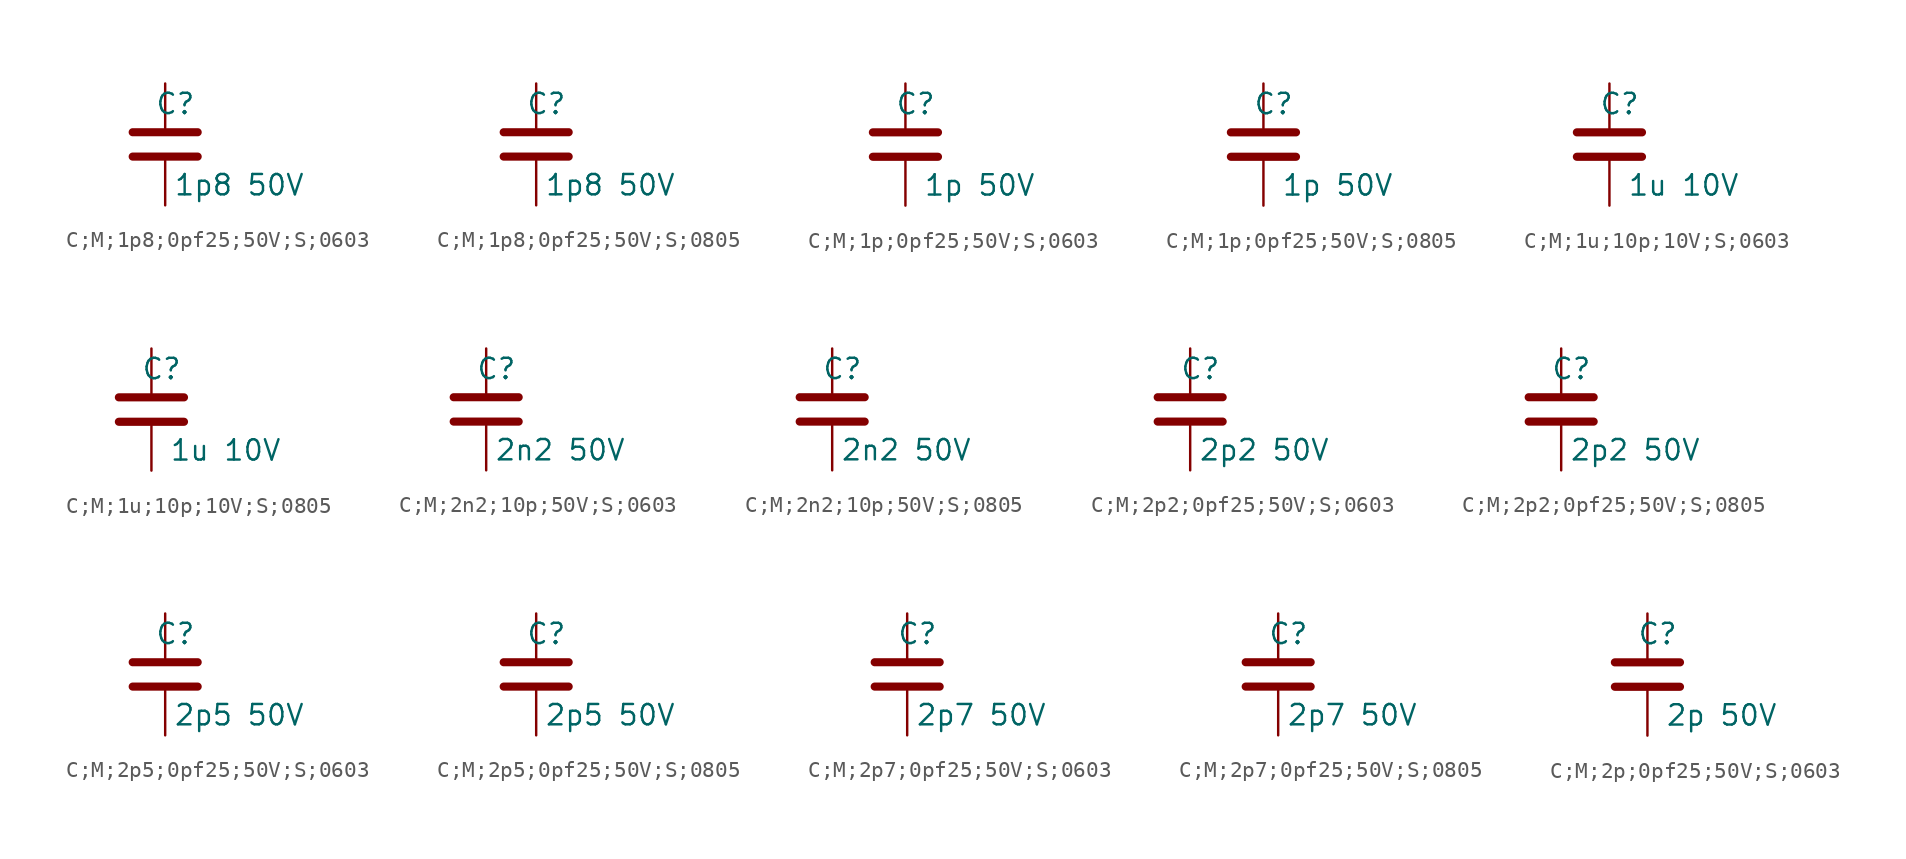
<source format=kicad_sym>
(kicad_symbol_lib
  (version 20231120)
  (generator "kicad_symbol_editor")
  (generator_version "8.0")
  (symbol "C;M;1p8;0pf25;50V;S;0603"
    (pin_numbers hide)
    (pin_names
      (offset 0.254))
    (property "Reference" "C"
      (at 0.635 2.54 0)
      (effects (font (size 1.27 1.27))))
    (property "Value" "1p8 50V"
      (at 4.635 -2.54 0)
      (effects (font (size 1.27 1.27))))
    (symbol "C;M;1p8;0pf25;50V;S;0603_0_1"
      (polyline (pts (xy -2.032 -0.762) (xy 2.032 -0.762)) (stroke (width 0.508) (type default)) (fill (type none)))
      (polyline (pts (xy -2.032 0.762) (xy 2.032 0.762)) (stroke (width 0.508) (type default)) (fill (type none))))
    (symbol "C;M;1p8;0pf25;50V;S;0603_1_1"
      (pin passive line (at 0 3.81 270) (length 2.794) (name "~" (effects (font (size 1.27 1.27)))) (number "1" (effects (font (size 1.27 1.27)))))
      (pin passive line (at 0 -3.81 90) (length 2.794) (name "~" (effects (font (size 1.27 1.27)))) (number "2" (effects (font (size 1.27 1.27)))))))
  (symbol "C;M;1p8;0pf25;50V;S;0805"
    (pin_numbers hide)
    (pin_names
      (offset 0.254))
    (property "Reference" "C"
      (at 0.635 2.54 0)
      (effects (font (size 1.27 1.27))))
    (property "Value" "1p8 50V"
      (at 4.635 -2.54 0)
      (effects (font (size 1.27 1.27))))
    (symbol "C;M;1p8;0pf25;50V;S;0805_0_1"
      (polyline (pts (xy -2.032 -0.762) (xy 2.032 -0.762)) (stroke (width 0.508) (type default)) (fill (type none)))
      (polyline (pts (xy -2.032 0.762) (xy 2.032 0.762)) (stroke (width 0.508) (type default)) (fill (type none))))
    (symbol "C;M;1p8;0pf25;50V;S;0805_1_1"
      (pin passive line (at 0 3.81 270) (length 2.794) (name "~" (effects (font (size 1.27 1.27)))) (number "1" (effects (font (size 1.27 1.27)))))
      (pin passive line (at 0 -3.81 90) (length 2.794) (name "~" (effects (font (size 1.27 1.27)))) (number "2" (effects (font (size 1.27 1.27)))))))
  (symbol "C;M;1p;0pf25;50V;S;0603"
    (pin_numbers hide)
    (pin_names
      (offset 0.254))
    (property "Reference" "C"
      (at 0.635 2.54 0)
      (effects (font (size 1.27 1.27))))
    (property "Value" "1p 50V"
      (at 4.635 -2.54 0)
      (effects (font (size 1.27 1.27))))
    (symbol "C;M;1p;0pf25;50V;S;0603_0_1"
      (polyline (pts (xy -2.032 -0.762) (xy 2.032 -0.762)) (stroke (width 0.508) (type default)) (fill (type none)))
      (polyline (pts (xy -2.032 0.762) (xy 2.032 0.762)) (stroke (width 0.508) (type default)) (fill (type none))))
    (symbol "C;M;1p;0pf25;50V;S;0603_1_1"
      (pin passive line (at 0 3.81 270) (length 2.794) (name "~" (effects (font (size 1.27 1.27)))) (number "1" (effects (font (size 1.27 1.27)))))
      (pin passive line (at 0 -3.81 90) (length 2.794) (name "~" (effects (font (size 1.27 1.27)))) (number "2" (effects (font (size 1.27 1.27)))))))
  (symbol "C;M;1p;0pf25;50V;S;0805"
    (pin_numbers hide)
    (pin_names
      (offset 0.254))
    (property "Reference" "C"
      (at 0.635 2.54 0)
      (effects (font (size 1.27 1.27))))
    (property "Value" "1p 50V"
      (at 4.635 -2.54 0)
      (effects (font (size 1.27 1.27))))
    (symbol "C;M;1p;0pf25;50V;S;0805_0_1"
      (polyline (pts (xy -2.032 -0.762) (xy 2.032 -0.762)) (stroke (width 0.508) (type default)) (fill (type none)))
      (polyline (pts (xy -2.032 0.762) (xy 2.032 0.762)) (stroke (width 0.508) (type default)) (fill (type none))))
    (symbol "C;M;1p;0pf25;50V;S;0805_1_1"
      (pin passive line (at 0 3.81 270) (length 2.794) (name "~" (effects (font (size 1.27 1.27)))) (number "1" (effects (font (size 1.27 1.27)))))
      (pin passive line (at 0 -3.81 90) (length 2.794) (name "~" (effects (font (size 1.27 1.27)))) (number "2" (effects (font (size 1.27 1.27)))))))
  (symbol "C;M;1u;10p;10V;S;0603"
    (pin_numbers hide)
    (pin_names
      (offset 0.254))
    (property "Reference" "C"
      (at 0.635 2.54 0)
      (effects (font (size 1.27 1.27))))
    (property "Value" "1u 10V"
      (at 4.635 -2.54 0)
      (effects (font (size 1.27 1.27))))
    (symbol "C;M;1u;10p;10V;S;0603_0_1"
      (polyline (pts (xy -2.032 -0.762) (xy 2.032 -0.762)) (stroke (width 0.508) (type default)) (fill (type none)))
      (polyline (pts (xy -2.032 0.762) (xy 2.032 0.762)) (stroke (width 0.508) (type default)) (fill (type none))))
    (symbol "C;M;1u;10p;10V;S;0603_1_1"
      (pin passive line (at 0 3.81 270) (length 2.794) (name "~" (effects (font (size 1.27 1.27)))) (number "1" (effects (font (size 1.27 1.27)))))
      (pin passive line (at 0 -3.81 90) (length 2.794) (name "~" (effects (font (size 1.27 1.27)))) (number "2" (effects (font (size 1.27 1.27)))))))
  (symbol "C;M;1u;10p;10V;S;0805"
    (pin_numbers hide)
    (pin_names
      (offset 0.254))
    (property "Reference" "C"
      (at 0.635 2.54 0)
      (effects (font (size 1.27 1.27))))
    (property "Value" "1u 10V"
      (at 4.635 -2.54 0)
      (effects (font (size 1.27 1.27))))
    (symbol "C;M;1u;10p;10V;S;0805_0_1"
      (polyline (pts (xy -2.032 -0.762) (xy 2.032 -0.762)) (stroke (width 0.508) (type default)) (fill (type none)))
      (polyline (pts (xy -2.032 0.762) (xy 2.032 0.762)) (stroke (width 0.508) (type default)) (fill (type none))))
    (symbol "C;M;1u;10p;10V;S;0805_1_1"
      (pin passive line (at 0 3.81 270) (length 2.794) (name "~" (effects (font (size 1.27 1.27)))) (number "1" (effects (font (size 1.27 1.27)))))
      (pin passive line (at 0 -3.81 90) (length 2.794) (name "~" (effects (font (size 1.27 1.27)))) (number "2" (effects (font (size 1.27 1.27)))))))
  (symbol "C;M;2n2;10p;50V;S;0603"
    (pin_numbers hide)
    (pin_names
      (offset 0.254))
    (property "Reference" "C"
      (at 0.635 2.54 0)
      (effects (font (size 1.27 1.27))))
    (property "Value" "2n2 50V"
      (at 4.635 -2.54 0)
      (effects (font (size 1.27 1.27))))
    (symbol "C;M;2n2;10p;50V;S;0603_0_1"
      (polyline (pts (xy -2.032 -0.762) (xy 2.032 -0.762)) (stroke (width 0.508) (type default)) (fill (type none)))
      (polyline (pts (xy -2.032 0.762) (xy 2.032 0.762)) (stroke (width 0.508) (type default)) (fill (type none))))
    (symbol "C;M;2n2;10p;50V;S;0603_1_1"
      (pin passive line (at 0 3.81 270) (length 2.794) (name "~" (effects (font (size 1.27 1.27)))) (number "1" (effects (font (size 1.27 1.27)))))
      (pin passive line (at 0 -3.81 90) (length 2.794) (name "~" (effects (font (size 1.27 1.27)))) (number "2" (effects (font (size 1.27 1.27)))))))
  (symbol "C;M;2n2;10p;50V;S;0805"
    (pin_numbers hide)
    (pin_names
      (offset 0.254))
    (property "Reference" "C"
      (at 0.635 2.54 0)
      (effects (font (size 1.27 1.27))))
    (property "Value" "2n2 50V"
      (at 4.635 -2.54 0)
      (effects (font (size 1.27 1.27))))
    (symbol "C;M;2n2;10p;50V;S;0805_0_1"
      (polyline (pts (xy -2.032 -0.762) (xy 2.032 -0.762)) (stroke (width 0.508) (type default)) (fill (type none)))
      (polyline (pts (xy -2.032 0.762) (xy 2.032 0.762)) (stroke (width 0.508) (type default)) (fill (type none))))
    (symbol "C;M;2n2;10p;50V;S;0805_1_1"
      (pin passive line (at 0 3.81 270) (length 2.794) (name "~" (effects (font (size 1.27 1.27)))) (number "1" (effects (font (size 1.27 1.27)))))
      (pin passive line (at 0 -3.81 90) (length 2.794) (name "~" (effects (font (size 1.27 1.27)))) (number "2" (effects (font (size 1.27 1.27)))))))
  (symbol "C;M;2p2;0pf25;50V;S;0603"
    (pin_numbers hide)
    (pin_names
      (offset 0.254))
    (property "Reference" "C"
      (at 0.635 2.54 0)
      (effects (font (size 1.27 1.27))))
    (property "Value" "2p2 50V"
      (at 4.635 -2.54 0)
      (effects (font (size 1.27 1.27))))
    (symbol "C;M;2p2;0pf25;50V;S;0603_0_1"
      (polyline (pts (xy -2.032 -0.762) (xy 2.032 -0.762)) (stroke (width 0.508) (type default)) (fill (type none)))
      (polyline (pts (xy -2.032 0.762) (xy 2.032 0.762)) (stroke (width 0.508) (type default)) (fill (type none))))
    (symbol "C;M;2p2;0pf25;50V;S;0603_1_1"
      (pin passive line (at 0 3.81 270) (length 2.794) (name "~" (effects (font (size 1.27 1.27)))) (number "1" (effects (font (size 1.27 1.27)))))
      (pin passive line (at 0 -3.81 90) (length 2.794) (name "~" (effects (font (size 1.27 1.27)))) (number "2" (effects (font (size 1.27 1.27)))))))
  (symbol "C;M;2p2;0pf25;50V;S;0805"
    (pin_numbers hide)
    (pin_names
      (offset 0.254))
    (property "Reference" "C"
      (at 0.635 2.54 0)
      (effects (font (size 1.27 1.27))))
    (property "Value" "2p2 50V"
      (at 4.635 -2.54 0)
      (effects (font (size 1.27 1.27))))
    (symbol "C;M;2p2;0pf25;50V;S;0805_0_1"
      (polyline (pts (xy -2.032 -0.762) (xy 2.032 -0.762)) (stroke (width 0.508) (type default)) (fill (type none)))
      (polyline (pts (xy -2.032 0.762) (xy 2.032 0.762)) (stroke (width 0.508) (type default)) (fill (type none))))
    (symbol "C;M;2p2;0pf25;50V;S;0805_1_1"
      (pin passive line (at 0 3.81 270) (length 2.794) (name "~" (effects (font (size 1.27 1.27)))) (number "1" (effects (font (size 1.27 1.27)))))
      (pin passive line (at 0 -3.81 90) (length 2.794) (name "~" (effects (font (size 1.27 1.27)))) (number "2" (effects (font (size 1.27 1.27)))))))
  (symbol "C;M;2p5;0pf25;50V;S;0603"
    (pin_numbers hide)
    (pin_names
      (offset 0.254))
    (property "Reference" "C"
      (at 0.635 2.54 0)
      (effects (font (size 1.27 1.27))))
    (property "Value" "2p5 50V"
      (at 4.635 -2.54 0)
      (effects (font (size 1.27 1.27))))
    (symbol "C;M;2p5;0pf25;50V;S;0603_0_1"
      (polyline (pts (xy -2.032 -0.762) (xy 2.032 -0.762)) (stroke (width 0.508) (type default)) (fill (type none)))
      (polyline (pts (xy -2.032 0.762) (xy 2.032 0.762)) (stroke (width 0.508) (type default)) (fill (type none))))
    (symbol "C;M;2p5;0pf25;50V;S;0603_1_1"
      (pin passive line (at 0 3.81 270) (length 2.794) (name "~" (effects (font (size 1.27 1.27)))) (number "1" (effects (font (size 1.27 1.27)))))
      (pin passive line (at 0 -3.81 90) (length 2.794) (name "~" (effects (font (size 1.27 1.27)))) (number "2" (effects (font (size 1.27 1.27)))))))
  (symbol "C;M;2p5;0pf25;50V;S;0805"
    (pin_numbers hide)
    (pin_names
      (offset 0.254))
    (property "Reference" "C"
      (at 0.635 2.54 0)
      (effects (font (size 1.27 1.27))))
    (property "Value" "2p5 50V"
      (at 4.635 -2.54 0)
      (effects (font (size 1.27 1.27))))
    (symbol "C;M;2p5;0pf25;50V;S;0805_0_1"
      (polyline (pts (xy -2.032 -0.762) (xy 2.032 -0.762)) (stroke (width 0.508) (type default)) (fill (type none)))
      (polyline (pts (xy -2.032 0.762) (xy 2.032 0.762)) (stroke (width 0.508) (type default)) (fill (type none))))
    (symbol "C;M;2p5;0pf25;50V;S;0805_1_1"
      (pin passive line (at 0 3.81 270) (length 2.794) (name "~" (effects (font (size 1.27 1.27)))) (number "1" (effects (font (size 1.27 1.27)))))
      (pin passive line (at 0 -3.81 90) (length 2.794) (name "~" (effects (font (size 1.27 1.27)))) (number "2" (effects (font (size 1.27 1.27)))))))
  (symbol "C;M;2p7;0pf25;50V;S;0603"
    (pin_numbers hide)
    (pin_names
      (offset 0.254))
    (property "Reference" "C"
      (at 0.635 2.54 0)
      (effects (font (size 1.27 1.27))))
    (property "Value" "2p7 50V"
      (at 4.635 -2.54 0)
      (effects (font (size 1.27 1.27))))
    (symbol "C;M;2p7;0pf25;50V;S;0603_0_1"
      (polyline (pts (xy -2.032 -0.762) (xy 2.032 -0.762)) (stroke (width 0.508) (type default)) (fill (type none)))
      (polyline (pts (xy -2.032 0.762) (xy 2.032 0.762)) (stroke (width 0.508) (type default)) (fill (type none))))
    (symbol "C;M;2p7;0pf25;50V;S;0603_1_1"
      (pin passive line (at 0 3.81 270) (length 2.794) (name "~" (effects (font (size 1.27 1.27)))) (number "1" (effects (font (size 1.27 1.27)))))
      (pin passive line (at 0 -3.81 90) (length 2.794) (name "~" (effects (font (size 1.27 1.27)))) (number "2" (effects (font (size 1.27 1.27)))))))
  (symbol "C;M;2p7;0pf25;50V;S;0805"
    (pin_numbers hide)
    (pin_names
      (offset 0.254))
    (property "Reference" "C"
      (at 0.635 2.54 0)
      (effects (font (size 1.27 1.27))))
    (property "Value" "2p7 50V"
      (at 4.635 -2.54 0)
      (effects (font (size 1.27 1.27))))
    (symbol "C;M;2p7;0pf25;50V;S;0805_0_1"
      (polyline (pts (xy -2.032 -0.762) (xy 2.032 -0.762)) (stroke (width 0.508) (type default)) (fill (type none)))
      (polyline (pts (xy -2.032 0.762) (xy 2.032 0.762)) (stroke (width 0.508) (type default)) (fill (type none))))
    (symbol "C;M;2p7;0pf25;50V;S;0805_1_1"
      (pin passive line (at 0 3.81 270) (length 2.794) (name "~" (effects (font (size 1.27 1.27)))) (number "1" (effects (font (size 1.27 1.27)))))
      (pin passive line (at 0 -3.81 90) (length 2.794) (name "~" (effects (font (size 1.27 1.27)))) (number "2" (effects (font (size 1.27 1.27)))))))
  (symbol "C;M;2p;0pf25;50V;S;0603"
    (pin_numbers hide)
    (pin_names
      (offset 0.254))
    (property "Reference" "C"
      (at 0.635 2.54 0)
      (effects (font (size 1.27 1.27))))
    (property "Value" "2p 50V"
      (at 4.635 -2.54 0)
      (effects (font (size 1.27 1.27))))
    (symbol "C;M;2p;0pf25;50V;S;0603_0_1"
      (polyline (pts (xy -2.032 -0.762) (xy 2.032 -0.762)) (stroke (width 0.508) (type default)) (fill (type none)))
      (polyline (pts (xy -2.032 0.762) (xy 2.032 0.762)) (stroke (width 0.508) (type default)) (fill (type none))))
    (symbol "C;M;2p;0pf25;50V;S;0603_1_1"
      (pin passive line (at 0 3.81 270) (length 2.794) (name "~" (effects (font (size 1.27 1.27)))) (number "1" (effects (font (size 1.27 1.27)))))
      (pin passive line (at 0 -3.81 90) (length 2.794) (name "~" (effects (font (size 1.27 1.27)))) (number "2" (effects (font (size 1.27 1.27))))))))
</source>
